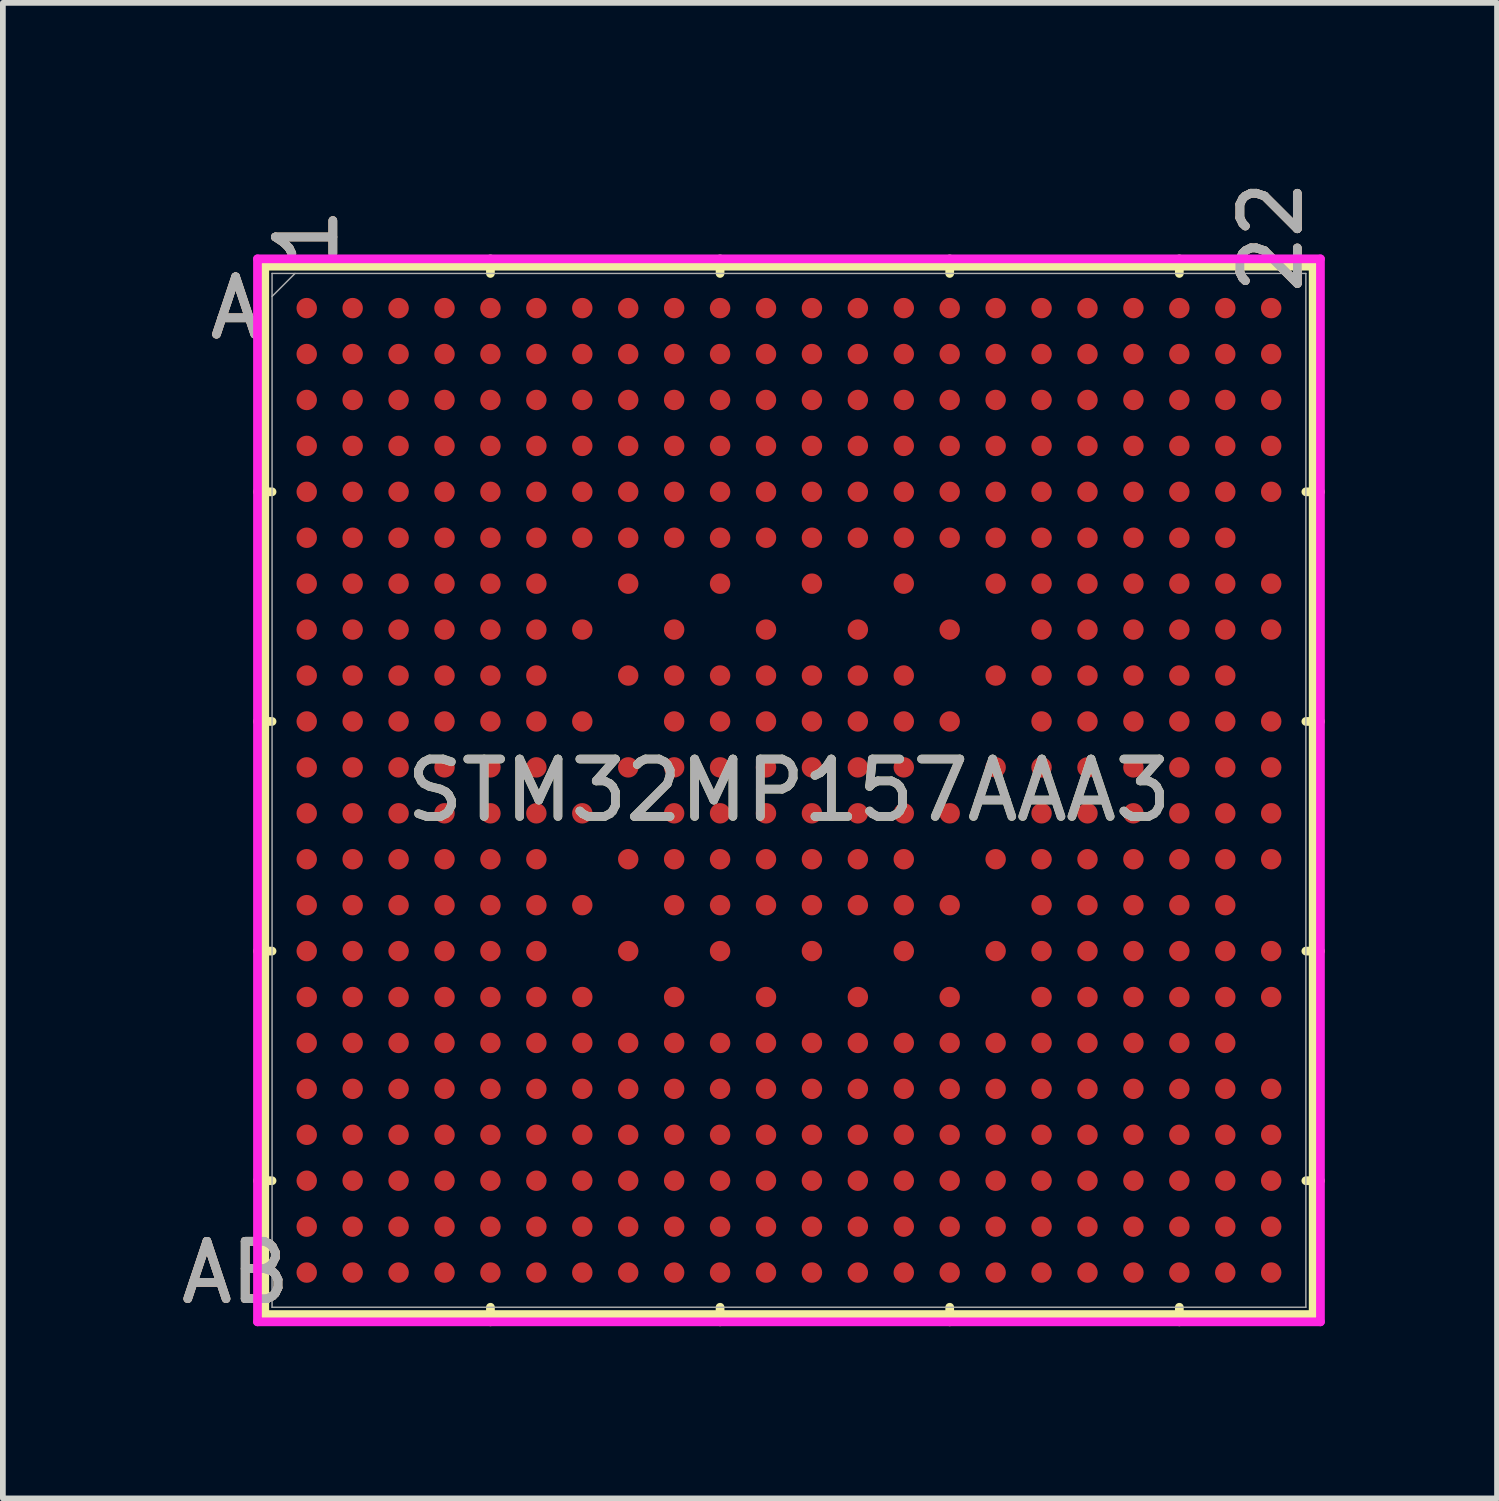
<source format=kicad_pcb>
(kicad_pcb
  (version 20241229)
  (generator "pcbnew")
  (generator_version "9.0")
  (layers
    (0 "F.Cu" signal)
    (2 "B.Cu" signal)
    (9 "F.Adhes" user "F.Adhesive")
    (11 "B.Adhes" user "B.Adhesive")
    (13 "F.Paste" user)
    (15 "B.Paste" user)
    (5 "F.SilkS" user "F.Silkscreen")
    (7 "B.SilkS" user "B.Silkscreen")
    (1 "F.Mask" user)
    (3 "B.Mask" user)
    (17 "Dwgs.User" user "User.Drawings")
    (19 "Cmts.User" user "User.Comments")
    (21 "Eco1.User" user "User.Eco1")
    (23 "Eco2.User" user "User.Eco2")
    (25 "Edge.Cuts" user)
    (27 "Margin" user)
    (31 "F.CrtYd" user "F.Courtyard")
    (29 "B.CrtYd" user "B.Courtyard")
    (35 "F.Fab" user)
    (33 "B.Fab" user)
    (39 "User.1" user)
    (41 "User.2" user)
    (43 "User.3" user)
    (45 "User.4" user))
  (footprint "STM32MP157AAA3"
    (layer "F.Cu")
    (at 10.693 10.717)
    (property "Reference" "STM32MP157AAA3" (at 0 0 0) (unlocked yes) (layer "F.SilkS") (effects (font (size 1 1) (thickness 0.15))))
    (attr smd)
    (fp_line (start -9.131 -9.131) (end -9.131 9.131) (stroke (width 0.152) (type solid)) (layer "F.SilkS"))
    (fp_line (start -9.131 9.131) (end 9.131 9.131) (stroke (width 0.152) (type solid)) (layer "F.SilkS"))
    (fp_line (start -9.004 -5.2) (end -9.258 -5.2) (stroke (width 0.152) (type solid)) (layer "F.SilkS"))
    (fp_line (start -9.004 -1.2) (end -9.258 -1.2) (stroke (width 0.152) (type solid)) (layer "F.SilkS"))
    (fp_line (start -9.004 2.8) (end -9.258 2.8) (stroke (width 0.152) (type solid)) (layer "F.SilkS"))
    (fp_line (start -9.004 6.8) (end -9.258 6.8) (stroke (width 0.152) (type solid)) (layer "F.SilkS"))
    (fp_line (start -5.2 -9.004) (end -5.2 -9.258) (stroke (width 0.152) (type solid)) (layer "F.SilkS"))
    (fp_line (start -5.2 9.004) (end -5.2 9.258) (stroke (width 0.152) (type solid)) (layer "F.SilkS"))
    (fp_line (start -1.2 -9.004) (end -1.2 -9.258) (stroke (width 0.152) (type solid)) (layer "F.SilkS"))
    (fp_line (start -1.2 9.004) (end -1.2 9.258) (stroke (width 0.152) (type solid)) (layer "F.SilkS"))
    (fp_line (start 2.8 -9.004) (end 2.8 -9.258) (stroke (width 0.152) (type solid)) (layer "F.SilkS"))
    (fp_line (start 2.8 9.004) (end 2.8 9.258) (stroke (width 0.152) (type solid)) (layer "F.SilkS"))
    (fp_line (start 6.8 -9.004) (end 6.8 -9.258) (stroke (width 0.152) (type solid)) (layer "F.SilkS"))
    (fp_line (start 6.8 9.004) (end 6.8 9.258) (stroke (width 0.152) (type solid)) (layer "F.SilkS"))
    (fp_line (start 9.004 -5.2) (end 9.258 -5.2) (stroke (width 0.152) (type solid)) (layer "F.SilkS"))
    (fp_line (start 9.004 -1.2) (end 9.258 -1.2) (stroke (width 0.152) (type solid)) (layer "F.SilkS"))
    (fp_line (start 9.004 2.8) (end 9.258 2.8) (stroke (width 0.152) (type solid)) (layer "F.SilkS"))
    (fp_line (start 9.004 6.8) (end 9.258 6.8) (stroke (width 0.152) (type solid)) (layer "F.SilkS"))
    (fp_line (start 9.131 -9.131) (end -9.131 -9.131) (stroke (width 0.152) (type solid)) (layer "F.SilkS"))
    (fp_line (start 9.131 9.131) (end 9.131 -9.131) (stroke (width 0.152) (type solid)) (layer "F.SilkS"))
    (fp_poly (pts (xy -9.244 -9.244) (xy 9.244 -9.244) (xy 9.244 9.244) (xy -9.244 9.244)) (stroke (width 0.1) (type solid)) (fill no) (layer "Eco2.User"))
    (fp_line (start -9.258 -9.258) (end 9.258 -9.258) (stroke (width 0.152) (type solid)) (layer "F.CrtYd"))
    (fp_line (start -9.258 9.258) (end -9.258 -9.258) (stroke (width 0.152) (type solid)) (layer "F.CrtYd"))
    (fp_line (start 9.258 -9.258) (end 9.258 9.258) (stroke (width 0.152) (type solid)) (layer "F.CrtYd"))
    (fp_line (start 9.258 9.258) (end -9.258 9.258) (stroke (width 0.152) (type solid)) (layer "F.CrtYd"))
    (fp_line (start -9.004 -9.004) (end -9.004 9.004) (stroke (width 0.025) (type solid)) (layer "F.Fab"))
    (fp_line (start -9.004 9.004) (end 9.004 9.004) (stroke (width 0.025) (type solid)) (layer "F.Fab"))
    (fp_line (start -8.604 -9.004) (end -9.004 -8.604) (stroke (width 0.025) (type solid)) (layer "F.Fab"))
    (fp_line (start 9.004 -9.004) (end -9.004 -9.004) (stroke (width 0.025) (type solid)) (layer "F.Fab"))
    (fp_line (start 9.004 9.004) (end 9.004 -9.004) (stroke (width 0.025) (type solid)) (layer "F.Fab"))
    (fp_text user "AB" (at -9.639 8.4 0) (unlocked yes) (layer "F.SilkS") (effects (font (size 1 1) (thickness 0.15))))
    (fp_text user "22" (at 8.4 -9.639 90) (unlocked yes) (layer "F.SilkS") (effects (font (size 1 1) (thickness 0.15))))
    (fp_text user "1" (at -8.4 -9.639 90) (unlocked yes) (layer "F.SilkS") (effects (font (size 1 1) (thickness 0.15))))
    (fp_text user "A" (at -9.639 -8.4 0) (unlocked yes) (layer "F.SilkS") (effects (font (size 1 1) (thickness 0.15))))
    (fp_text user "AB" (at -9.639 8.4 0) (unlocked yes) (layer "B.SilkS") (effects (font (size 1 1) (thickness 0.15))))
    (fp_text user "A" (at -9.639 -8.4 0) (unlocked yes) (layer "B.SilkS") (effects (font (size 1 1) (thickness 0.15))))
    (fp_text user "1" (at -8.4 -9.639 90) (unlocked yes) (layer "B.SilkS") (effects (font (size 1 1) (thickness 0.15))))
    (fp_text user "22" (at 8.4 -9.639 90) (unlocked yes) (layer "B.SilkS") (effects (font (size 1 1) (thickness 0.15))))
    (fp_text user "22" (at 8.4 -9.639 90) (unlocked yes) (layer "F.Fab") (effects (font (size 1 1) (thickness 0.15))))
    (fp_text user "A" (at -9.639 -8.4 0) (unlocked yes) (layer "F.Fab") (effects (font (size 1 1) (thickness 0.15))))
    (fp_text user "${REFERENCE}" (at 0 0 0) (unlocked yes) (layer "F.Fab") (effects (font (size 1 1) (thickness 0.15))))
    (fp_text user "1" (at -8.4 -9.639 90) (unlocked yes) (layer "F.Fab") (effects (font (size 1 1) (thickness 0.15))))
    (fp_text user "AB" (at -9.639 8.4 0) (unlocked yes) (layer "F.Fab") (effects (font (size 1 1) (thickness 0.15))))
    (pad "A1" smd circle (at -8.4 -8.4) (size 0.356 0.356) (layers "F.Cu" "F.Mask" "F.Paste"))
    (pad "A2" smd circle (at -7.6 -8.4) (size 0.356 0.356) (layers "F.Cu" "F.Mask" "F.Paste"))
    (pad "A3" smd circle (at -6.8 -8.4) (size 0.356 0.356) (layers "F.Cu" "F.Mask" "F.Paste"))
    (pad "A4" smd circle (at -6 -8.4) (size 0.356 0.356) (layers "F.Cu" "F.Mask" "F.Paste"))
    (pad "A5" smd circle (at -5.2 -8.4) (size 0.356 0.356) (layers "F.Cu" "F.Mask" "F.Paste"))
    (pad "A6" smd circle (at -4.4 -8.4) (size 0.356 0.356) (layers "F.Cu" "F.Mask" "F.Paste"))
    (pad "A7" smd circle (at -3.6 -8.4) (size 0.356 0.356) (layers "F.Cu" "F.Mask" "F.Paste"))
    (pad "A8" smd circle (at -2.8 -8.4) (size 0.356 0.356) (layers "F.Cu" "F.Mask" "F.Paste"))
    (pad "A9" smd circle (at -2 -8.4) (size 0.356 0.356) (layers "F.Cu" "F.Mask" "F.Paste"))
    (pad "A10" smd circle (at -1.2 -8.4) (size 0.356 0.356) (layers "F.Cu" "F.Mask" "F.Paste"))
    (pad "A11" smd circle (at -0.4 -8.4) (size 0.356 0.356) (layers "F.Cu" "F.Mask" "F.Paste"))
    (pad "A12" smd circle (at 0.4 -8.4) (size 0.356 0.356) (layers "F.Cu" "F.Mask" "F.Paste"))
    (pad "A13" smd circle (at 1.2 -8.4) (size 0.356 0.356) (layers "F.Cu" "F.Mask" "F.Paste"))
    (pad "A14" smd circle (at 2 -8.4) (size 0.356 0.356) (layers "F.Cu" "F.Mask" "F.Paste"))
    (pad "A15" smd circle (at 2.8 -8.4) (size 0.356 0.356) (layers "F.Cu" "F.Mask" "F.Paste"))
    (pad "A16" smd circle (at 3.6 -8.4) (size 0.356 0.356) (layers "F.Cu" "F.Mask" "F.Paste"))
    (pad "A17" smd circle (at 4.4 -8.4) (size 0.356 0.356) (layers "F.Cu" "F.Mask" "F.Paste"))
    (pad "A18" smd circle (at 5.2 -8.4) (size 0.356 0.356) (layers "F.Cu" "F.Mask" "F.Paste"))
    (pad "A19" smd circle (at 6 -8.4) (size 0.356 0.356) (layers "F.Cu" "F.Mask" "F.Paste"))
    (pad "A20" smd circle (at 6.8 -8.4) (size 0.356 0.356) (layers "F.Cu" "F.Mask" "F.Paste"))
    (pad "A21" smd circle (at 7.6 -8.4) (size 0.356 0.356) (layers "F.Cu" "F.Mask" "F.Paste"))
    (pad "A22" smd circle (at 8.4 -8.4) (size 0.356 0.356) (layers "F.Cu" "F.Mask" "F.Paste"))
    (pad "AA1" smd circle (at -8.4 7.6) (size 0.356 0.356) (layers "F.Cu" "F.Mask" "F.Paste"))
    (pad "AA2" smd circle (at -7.6 7.6) (size 0.356 0.356) (layers "F.Cu" "F.Mask" "F.Paste"))
    (pad "AA3" smd circle (at -6.8 7.6) (size 0.356 0.356) (layers "F.Cu" "F.Mask" "F.Paste"))
    (pad "AA4" smd circle (at -6 7.6) (size 0.356 0.356) (layers "F.Cu" "F.Mask" "F.Paste"))
    (pad "AA5" smd circle (at -5.2 7.6) (size 0.356 0.356) (layers "F.Cu" "F.Mask" "F.Paste"))
    (pad "AA6" smd circle (at -4.4 7.6) (size 0.356 0.356) (layers "F.Cu" "F.Mask" "F.Paste"))
    (pad "AA7" smd circle (at -3.6 7.6) (size 0.356 0.356) (layers "F.Cu" "F.Mask" "F.Paste"))
    (pad "AA8" smd circle (at -2.8 7.6) (size 0.356 0.356) (layers "F.Cu" "F.Mask" "F.Paste"))
    (pad "AA9" smd circle (at -2 7.6) (size 0.356 0.356) (layers "F.Cu" "F.Mask" "F.Paste"))
    (pad "AA10" smd circle (at -1.2 7.6) (size 0.356 0.356) (layers "F.Cu" "F.Mask" "F.Paste"))
    (pad "AA11" smd circle (at -0.4 7.6) (size 0.356 0.356) (layers "F.Cu" "F.Mask" "F.Paste"))
    (pad "AA12" smd circle (at 0.4 7.6) (size 0.356 0.356) (layers "F.Cu" "F.Mask" "F.Paste"))
    (pad "AA13" smd circle (at 1.2 7.6) (size 0.356 0.356) (layers "F.Cu" "F.Mask" "F.Paste"))
    (pad "AA14" smd circle (at 2 7.6) (size 0.356 0.356) (layers "F.Cu" "F.Mask" "F.Paste"))
    (pad "AA15" smd circle (at 2.8 7.6) (size 0.356 0.356) (layers "F.Cu" "F.Mask" "F.Paste"))
    (pad "AA16" smd circle (at 3.6 7.6) (size 0.356 0.356) (layers "F.Cu" "F.Mask" "F.Paste"))
    (pad "AA17" smd circle (at 4.4 7.6) (size 0.356 0.356) (layers "F.Cu" "F.Mask" "F.Paste"))
    (pad "AA18" smd circle (at 5.2 7.6) (size 0.356 0.356) (layers "F.Cu" "F.Mask" "F.Paste"))
    (pad "AA19" smd circle (at 6 7.6) (size 0.356 0.356) (layers "F.Cu" "F.Mask" "F.Paste"))
    (pad "AA20" smd circle (at 6.8 7.6) (size 0.356 0.356) (layers "F.Cu" "F.Mask" "F.Paste"))
    (pad "AA21" smd circle (at 7.6 7.6) (size 0.356 0.356) (layers "F.Cu" "F.Mask" "F.Paste"))
    (pad "AA22" smd circle (at 8.4 7.6) (size 0.356 0.356) (layers "F.Cu" "F.Mask" "F.Paste"))
    (pad "AB1" smd circle (at -8.4 8.4) (size 0.356 0.356) (layers "F.Cu" "F.Mask" "F.Paste"))
    (pad "AB2" smd circle (at -7.6 8.4) (size 0.356 0.356) (layers "F.Cu" "F.Mask" "F.Paste"))
    (pad "AB3" smd circle (at -6.8 8.4) (size 0.356 0.356) (layers "F.Cu" "F.Mask" "F.Paste"))
    (pad "AB4" smd circle (at -6 8.4) (size 0.356 0.356) (layers "F.Cu" "F.Mask" "F.Paste"))
    (pad "AB5" smd circle (at -5.2 8.4) (size 0.356 0.356) (layers "F.Cu" "F.Mask" "F.Paste"))
    (pad "AB6" smd circle (at -4.4 8.4) (size 0.356 0.356) (layers "F.Cu" "F.Mask" "F.Paste"))
    (pad "AB7" smd circle (at -3.6 8.4) (size 0.356 0.356) (layers "F.Cu" "F.Mask" "F.Paste"))
    (pad "AB8" smd circle (at -2.8 8.4) (size 0.356 0.356) (layers "F.Cu" "F.Mask" "F.Paste"))
    (pad "AB9" smd circle (at -2 8.4) (size 0.356 0.356) (layers "F.Cu" "F.Mask" "F.Paste"))
    (pad "AB10" smd circle (at -1.2 8.4) (size 0.356 0.356) (layers "F.Cu" "F.Mask" "F.Paste"))
    (pad "AB11" smd circle (at -0.4 8.4) (size 0.356 0.356) (layers "F.Cu" "F.Mask" "F.Paste"))
    (pad "AB12" smd circle (at 0.4 8.4) (size 0.356 0.356) (layers "F.Cu" "F.Mask" "F.Paste"))
    (pad "AB13" smd circle (at 1.2 8.4) (size 0.356 0.356) (layers "F.Cu" "F.Mask" "F.Paste"))
    (pad "AB14" smd circle (at 2 8.4) (size 0.356 0.356) (layers "F.Cu" "F.Mask" "F.Paste"))
    (pad "AB15" smd circle (at 2.8 8.4) (size 0.356 0.356) (layers "F.Cu" "F.Mask" "F.Paste"))
    (pad "AB16" smd circle (at 3.6 8.4) (size 0.356 0.356) (layers "F.Cu" "F.Mask" "F.Paste"))
    (pad "AB17" smd circle (at 4.4 8.4) (size 0.356 0.356) (layers "F.Cu" "F.Mask" "F.Paste"))
    (pad "AB18" smd circle (at 5.2 8.4) (size 0.356 0.356) (layers "F.Cu" "F.Mask" "F.Paste"))
    (pad "AB19" smd circle (at 6 8.4) (size 0.356 0.356) (layers "F.Cu" "F.Mask" "F.Paste"))
    (pad "AB20" smd circle (at 6.8 8.4) (size 0.356 0.356) (layers "F.Cu" "F.Mask" "F.Paste"))
    (pad "AB21" smd circle (at 7.6 8.4) (size 0.356 0.356) (layers "F.Cu" "F.Mask" "F.Paste"))
    (pad "AB22" smd circle (at 8.4 8.4) (size 0.356 0.356) (layers "F.Cu" "F.Mask" "F.Paste"))
    (pad "B1" smd circle (at -8.4 -7.6) (size 0.356 0.356) (layers "F.Cu" "F.Mask" "F.Paste"))
    (pad "B2" smd circle (at -7.6 -7.6) (size 0.356 0.356) (layers "F.Cu" "F.Mask" "F.Paste"))
    (pad "B3" smd circle (at -6.8 -7.6) (size 0.356 0.356) (layers "F.Cu" "F.Mask" "F.Paste"))
    (pad "B4" smd circle (at -6 -7.6) (size 0.356 0.356) (layers "F.Cu" "F.Mask" "F.Paste"))
    (pad "B5" smd circle (at -5.2 -7.6) (size 0.356 0.356) (layers "F.Cu" "F.Mask" "F.Paste"))
    (pad "B6" smd circle (at -4.4 -7.6) (size 0.356 0.356) (layers "F.Cu" "F.Mask" "F.Paste"))
    (pad "B7" smd circle (at -3.6 -7.6) (size 0.356 0.356) (layers "F.Cu" "F.Mask" "F.Paste"))
    (pad "B8" smd circle (at -2.8 -7.6) (size 0.356 0.356) (layers "F.Cu" "F.Mask" "F.Paste"))
    (pad "B9" smd circle (at -2 -7.6) (size 0.356 0.356) (layers "F.Cu" "F.Mask" "F.Paste"))
    (pad "B10" smd circle (at -1.2 -7.6) (size 0.356 0.356) (layers "F.Cu" "F.Mask" "F.Paste"))
    (pad "B11" smd circle (at -0.4 -7.6) (size 0.356 0.356) (layers "F.Cu" "F.Mask" "F.Paste"))
    (pad "B12" smd circle (at 0.4 -7.6) (size 0.356 0.356) (layers "F.Cu" "F.Mask" "F.Paste"))
    (pad "B13" smd circle (at 1.2 -7.6) (size 0.356 0.356) (layers "F.Cu" "F.Mask" "F.Paste"))
    (pad "B14" smd circle (at 2 -7.6) (size 0.356 0.356) (layers "F.Cu" "F.Mask" "F.Paste"))
    (pad "B15" smd circle (at 2.8 -7.6) (size 0.356 0.356) (layers "F.Cu" "F.Mask" "F.Paste"))
    (pad "B16" smd circle (at 3.6 -7.6) (size 0.356 0.356) (layers "F.Cu" "F.Mask" "F.Paste"))
    (pad "B17" smd circle (at 4.4 -7.6) (size 0.356 0.356) (layers "F.Cu" "F.Mask" "F.Paste"))
    (pad "B18" smd circle (at 5.2 -7.6) (size 0.356 0.356) (layers "F.Cu" "F.Mask" "F.Paste"))
    (pad "B19" smd circle (at 6 -7.6) (size 0.356 0.356) (layers "F.Cu" "F.Mask" "F.Paste"))
    (pad "B20" smd circle (at 6.8 -7.6) (size 0.356 0.356) (layers "F.Cu" "F.Mask" "F.Paste"))
    (pad "B21" smd circle (at 7.6 -7.6) (size 0.356 0.356) (layers "F.Cu" "F.Mask" "F.Paste"))
    (pad "B22" smd circle (at 8.4 -7.6) (size 0.356 0.356) (layers "F.Cu" "F.Mask" "F.Paste"))
    (pad "C1" smd circle (at -8.4 -6.8) (size 0.356 0.356) (layers "F.Cu" "F.Mask" "F.Paste"))
    (pad "C2" smd circle (at -7.6 -6.8) (size 0.356 0.356) (layers "F.Cu" "F.Mask" "F.Paste"))
    (pad "C3" smd circle (at -6.8 -6.8) (size 0.356 0.356) (layers "F.Cu" "F.Mask" "F.Paste"))
    (pad "C4" smd circle (at -6 -6.8) (size 0.356 0.356) (layers "F.Cu" "F.Mask" "F.Paste"))
    (pad "C5" smd circle (at -5.2 -6.8) (size 0.356 0.356) (layers "F.Cu" "F.Mask" "F.Paste"))
    (pad "C6" smd circle (at -4.4 -6.8) (size 0.356 0.356) (layers "F.Cu" "F.Mask" "F.Paste"))
    (pad "C7" smd circle (at -3.6 -6.8) (size 0.356 0.356) (layers "F.Cu" "F.Mask" "F.Paste"))
    (pad "C8" smd circle (at -2.8 -6.8) (size 0.356 0.356) (layers "F.Cu" "F.Mask" "F.Paste"))
    (pad "C9" smd circle (at -2 -6.8) (size 0.356 0.356) (layers "F.Cu" "F.Mask" "F.Paste"))
    (pad "C10" smd circle (at -1.2 -6.8) (size 0.356 0.356) (layers "F.Cu" "F.Mask" "F.Paste"))
    (pad "C11" smd circle (at -0.4 -6.8) (size 0.356 0.356) (layers "F.Cu" "F.Mask" "F.Paste"))
    (pad "C12" smd circle (at 0.4 -6.8) (size 0.356 0.356) (layers "F.Cu" "F.Mask" "F.Paste"))
    (pad "C13" smd circle (at 1.2 -6.8) (size 0.356 0.356) (layers "F.Cu" "F.Mask" "F.Paste"))
    (pad "C14" smd circle (at 2 -6.8) (size 0.356 0.356) (layers "F.Cu" "F.Mask" "F.Paste"))
    (pad "C15" smd circle (at 2.8 -6.8) (size 0.356 0.356) (layers "F.Cu" "F.Mask" "F.Paste"))
    (pad "C16" smd circle (at 3.6 -6.8) (size 0.356 0.356) (layers "F.Cu" "F.Mask" "F.Paste"))
    (pad "C17" smd circle (at 4.4 -6.8) (size 0.356 0.356) (layers "F.Cu" "F.Mask" "F.Paste"))
    (pad "C18" smd circle (at 5.2 -6.8) (size 0.356 0.356) (layers "F.Cu" "F.Mask" "F.Paste"))
    (pad "C19" smd circle (at 6 -6.8) (size 0.356 0.356) (layers "F.Cu" "F.Mask" "F.Paste"))
    (pad "C20" smd circle (at 6.8 -6.8) (size 0.356 0.356) (layers "F.Cu" "F.Mask" "F.Paste"))
    (pad "C21" smd circle (at 7.6 -6.8) (size 0.356 0.356) (layers "F.Cu" "F.Mask" "F.Paste"))
    (pad "C22" smd circle (at 8.4 -6.8) (size 0.356 0.356) (layers "F.Cu" "F.Mask" "F.Paste"))
    (pad "D1" smd circle (at -8.4 -6) (size 0.356 0.356) (layers "F.Cu" "F.Mask" "F.Paste"))
    (pad "D2" smd circle (at -7.6 -6) (size 0.356 0.356) (layers "F.Cu" "F.Mask" "F.Paste"))
    (pad "D3" smd circle (at -6.8 -6) (size 0.356 0.356) (layers "F.Cu" "F.Mask" "F.Paste"))
    (pad "D4" smd circle (at -6 -6) (size 0.356 0.356) (layers "F.Cu" "F.Mask" "F.Paste"))
    (pad "D5" smd circle (at -5.2 -6) (size 0.356 0.356) (layers "F.Cu" "F.Mask" "F.Paste"))
    (pad "D6" smd circle (at -4.4 -6) (size 0.356 0.356) (layers "F.Cu" "F.Mask" "F.Paste"))
    (pad "D7" smd circle (at -3.6 -6) (size 0.356 0.356) (layers "F.Cu" "F.Mask" "F.Paste"))
    (pad "D8" smd circle (at -2.8 -6) (size 0.356 0.356) (layers "F.Cu" "F.Mask" "F.Paste"))
    (pad "D9" smd circle (at -2 -6) (size 0.356 0.356) (layers "F.Cu" "F.Mask" "F.Paste"))
    (pad "D10" smd circle (at -1.2 -6) (size 0.356 0.356) (layers "F.Cu" "F.Mask" "F.Paste"))
    (pad "D11" smd circle (at -0.4 -6) (size 0.356 0.356) (layers "F.Cu" "F.Mask" "F.Paste"))
    (pad "D12" smd circle (at 0.4 -6) (size 0.356 0.356) (layers "F.Cu" "F.Mask" "F.Paste"))
    (pad "D13" smd circle (at 1.2 -6) (size 0.356 0.356) (layers "F.Cu" "F.Mask" "F.Paste"))
    (pad "D14" smd circle (at 2 -6) (size 0.356 0.356) (layers "F.Cu" "F.Mask" "F.Paste"))
    (pad "D15" smd circle (at 2.8 -6) (size 0.356 0.356) (layers "F.Cu" "F.Mask" "F.Paste"))
    (pad "D16" smd circle (at 3.6 -6) (size 0.356 0.356) (layers "F.Cu" "F.Mask" "F.Paste"))
    (pad "D17" smd circle (at 4.4 -6) (size 0.356 0.356) (layers "F.Cu" "F.Mask" "F.Paste"))
    (pad "D18" smd circle (at 5.2 -6) (size 0.356 0.356) (layers "F.Cu" "F.Mask" "F.Paste"))
    (pad "D19" smd circle (at 6 -6) (size 0.356 0.356) (layers "F.Cu" "F.Mask" "F.Paste"))
    (pad "D20" smd circle (at 6.8 -6) (size 0.356 0.356) (layers "F.Cu" "F.Mask" "F.Paste"))
    (pad "D21" smd circle (at 7.6 -6) (size 0.356 0.356) (layers "F.Cu" "F.Mask" "F.Paste"))
    (pad "D22" smd circle (at 8.4 -6) (size 0.356 0.356) (layers "F.Cu" "F.Mask" "F.Paste"))
    (pad "E1" smd circle (at -8.4 -5.2) (size 0.356 0.356) (layers "F.Cu" "F.Mask" "F.Paste"))
    (pad "E2" smd circle (at -7.6 -5.2) (size 0.356 0.356) (layers "F.Cu" "F.Mask" "F.Paste"))
    (pad "E3" smd circle (at -6.8 -5.2) (size 0.356 0.356) (layers "F.Cu" "F.Mask" "F.Paste"))
    (pad "E4" smd circle (at -6 -5.2) (size 0.356 0.356) (layers "F.Cu" "F.Mask" "F.Paste"))
    (pad "E5" smd circle (at -5.2 -5.2) (size 0.356 0.356) (layers "F.Cu" "F.Mask" "F.Paste"))
    (pad "E6" smd circle (at -4.4 -5.2) (size 0.356 0.356) (layers "F.Cu" "F.Mask" "F.Paste"))
    (pad "E7" smd circle (at -3.6 -5.2) (size 0.356 0.356) (layers "F.Cu" "F.Mask" "F.Paste"))
    (pad "E8" smd circle (at -2.8 -5.2) (size 0.356 0.356) (layers "F.Cu" "F.Mask" "F.Paste"))
    (pad "E9" smd circle (at -2 -5.2) (size 0.356 0.356) (layers "F.Cu" "F.Mask" "F.Paste"))
    (pad "E10" smd circle (at -1.2 -5.2) (size 0.356 0.356) (layers "F.Cu" "F.Mask" "F.Paste"))
    (pad "E11" smd circle (at -0.4 -5.2) (size 0.356 0.356) (layers "F.Cu" "F.Mask" "F.Paste"))
    (pad "E12" smd circle (at 0.4 -5.2) (size 0.356 0.356) (layers "F.Cu" "F.Mask" "F.Paste"))
    (pad "E13" smd circle (at 1.2 -5.2) (size 0.356 0.356) (layers "F.Cu" "F.Mask" "F.Paste"))
    (pad "E14" smd circle (at 2 -5.2) (size 0.356 0.356) (layers "F.Cu" "F.Mask" "F.Paste"))
    (pad "E15" smd circle (at 2.8 -5.2) (size 0.356 0.356) (layers "F.Cu" "F.Mask" "F.Paste"))
    (pad "E16" smd circle (at 3.6 -5.2) (size 0.356 0.356) (layers "F.Cu" "F.Mask" "F.Paste"))
    (pad "E17" smd circle (at 4.4 -5.2) (size 0.356 0.356) (layers "F.Cu" "F.Mask" "F.Paste"))
    (pad "E18" smd circle (at 5.2 -5.2) (size 0.356 0.356) (layers "F.Cu" "F.Mask" "F.Paste"))
    (pad "E19" smd circle (at 6 -5.2) (size 0.356 0.356) (layers "F.Cu" "F.Mask" "F.Paste"))
    (pad "E20" smd circle (at 6.8 -5.2) (size 0.356 0.356) (layers "F.Cu" "F.Mask" "F.Paste"))
    (pad "E21" smd circle (at 7.6 -5.2) (size 0.356 0.356) (layers "F.Cu" "F.Mask" "F.Paste"))
    (pad "E22" smd circle (at 8.4 -5.2) (size 0.356 0.356) (layers "F.Cu" "F.Mask" "F.Paste"))
    (pad "F1" smd circle (at -8.4 -4.4) (size 0.356 0.356) (layers "F.Cu" "F.Mask" "F.Paste"))
    (pad "F2" smd circle (at -7.6 -4.4) (size 0.356 0.356) (layers "F.Cu" "F.Mask" "F.Paste"))
    (pad "F3" smd circle (at -6.8 -4.4) (size 0.356 0.356) (layers "F.Cu" "F.Mask" "F.Paste"))
    (pad "F4" smd circle (at -6 -4.4) (size 0.356 0.356) (layers "F.Cu" "F.Mask" "F.Paste"))
    (pad "F5" smd circle (at -5.2 -4.4) (size 0.356 0.356) (layers "F.Cu" "F.Mask" "F.Paste"))
    (pad "F6" smd circle (at -4.4 -4.4) (size 0.356 0.356) (layers "F.Cu" "F.Mask" "F.Paste"))
    (pad "F7" smd circle (at -3.6 -4.4) (size 0.356 0.356) (layers "F.Cu" "F.Mask" "F.Paste"))
    (pad "F8" smd circle (at -2.8 -4.4) (size 0.356 0.356) (layers "F.Cu" "F.Mask" "F.Paste"))
    (pad "F9" smd circle (at -2 -4.4) (size 0.356 0.356) (layers "F.Cu" "F.Mask" "F.Paste"))
    (pad "F10" smd circle (at -1.2 -4.4) (size 0.356 0.356) (layers "F.Cu" "F.Mask" "F.Paste"))
    (pad "F11" smd circle (at -0.4 -4.4) (size 0.356 0.356) (layers "F.Cu" "F.Mask" "F.Paste"))
    (pad "F12" smd circle (at 0.4 -4.4) (size 0.356 0.356) (layers "F.Cu" "F.Mask" "F.Paste"))
    (pad "F13" smd circle (at 1.2 -4.4) (size 0.356 0.356) (layers "F.Cu" "F.Mask" "F.Paste"))
    (pad "F14" smd circle (at 2 -4.4) (size 0.356 0.356) (layers "F.Cu" "F.Mask" "F.Paste"))
    (pad "F15" smd circle (at 2.8 -4.4) (size 0.356 0.356) (layers "F.Cu" "F.Mask" "F.Paste"))
    (pad "F16" smd circle (at 3.6 -4.4) (size 0.356 0.356) (layers "F.Cu" "F.Mask" "F.Paste"))
    (pad "F17" smd circle (at 4.4 -4.4) (size 0.356 0.356) (layers "F.Cu" "F.Mask" "F.Paste"))
    (pad "F18" smd circle (at 5.2 -4.4) (size 0.356 0.356) (layers "F.Cu" "F.Mask" "F.Paste"))
    (pad "F19" smd circle (at 6 -4.4) (size 0.356 0.356) (layers "F.Cu" "F.Mask" "F.Paste"))
    (pad "F20" smd circle (at 6.8 -4.4) (size 0.356 0.356) (layers "F.Cu" "F.Mask" "F.Paste"))
    (pad "F21" smd circle (at 7.6 -4.4) (size 0.356 0.356) (layers "F.Cu" "F.Mask" "F.Paste"))
    (pad "G1" smd circle (at -8.4 -3.6) (size 0.356 0.356) (layers "F.Cu" "F.Mask" "F.Paste"))
    (pad "G2" smd circle (at -7.6 -3.6) (size 0.356 0.356) (layers "F.Cu" "F.Mask" "F.Paste"))
    (pad "G3" smd circle (at -6.8 -3.6) (size 0.356 0.356) (layers "F.Cu" "F.Mask" "F.Paste"))
    (pad "G4" smd circle (at -6 -3.6) (size 0.356 0.356) (layers "F.Cu" "F.Mask" "F.Paste"))
    (pad "G5" smd circle (at -5.2 -3.6) (size 0.356 0.356) (layers "F.Cu" "F.Mask" "F.Paste"))
    (pad "G6" smd circle (at -4.4 -3.6) (size 0.356 0.356) (layers "F.Cu" "F.Mask" "F.Paste"))
    (pad "G8" smd circle (at -2.8 -3.6) (size 0.356 0.356) (layers "F.Cu" "F.Mask" "F.Paste"))
    (pad "G10" smd circle (at -1.2 -3.6) (size 0.356 0.356) (layers "F.Cu" "F.Mask" "F.Paste"))
    (pad "G12" smd circle (at 0.4 -3.6) (size 0.356 0.356) (layers "F.Cu" "F.Mask" "F.Paste"))
    (pad "G14" smd circle (at 2 -3.6) (size 0.356 0.356) (layers "F.Cu" "F.Mask" "F.Paste"))
    (pad "G16" smd circle (at 3.6 -3.6) (size 0.356 0.356) (layers "F.Cu" "F.Mask" "F.Paste"))
    (pad "G17" smd circle (at 4.4 -3.6) (size 0.356 0.356) (layers "F.Cu" "F.Mask" "F.Paste"))
    (pad "G18" smd circle (at 5.2 -3.6) (size 0.356 0.356) (layers "F.Cu" "F.Mask" "F.Paste"))
    (pad "G19" smd circle (at 6 -3.6) (size 0.356 0.356) (layers "F.Cu" "F.Mask" "F.Paste"))
    (pad "G20" smd circle (at 6.8 -3.6) (size 0.356 0.356) (layers "F.Cu" "F.Mask" "F.Paste"))
    (pad "G21" smd circle (at 7.6 -3.6) (size 0.356 0.356) (layers "F.Cu" "F.Mask" "F.Paste"))
    (pad "G22" smd circle (at 8.4 -3.6) (size 0.356 0.356) (layers "F.Cu" "F.Mask" "F.Paste"))
    (pad "H1" smd circle (at -8.4 -2.8) (size 0.356 0.356) (layers "F.Cu" "F.Mask" "F.Paste"))
    (pad "H2" smd circle (at -7.6 -2.8) (size 0.356 0.356) (layers "F.Cu" "F.Mask" "F.Paste"))
    (pad "H3" smd circle (at -6.8 -2.8) (size 0.356 0.356) (layers "F.Cu" "F.Mask" "F.Paste"))
    (pad "H4" smd circle (at -6 -2.8) (size 0.356 0.356) (layers "F.Cu" "F.Mask" "F.Paste"))
    (pad "H5" smd circle (at -5.2 -2.8) (size 0.356 0.356) (layers "F.Cu" "F.Mask" "F.Paste"))
    (pad "H6" smd circle (at -4.4 -2.8) (size 0.356 0.356) (layers "F.Cu" "F.Mask" "F.Paste"))
    (pad "H7" smd circle (at -3.6 -2.8) (size 0.356 0.356) (layers "F.Cu" "F.Mask" "F.Paste"))
    (pad "H9" smd circle (at -2 -2.8) (size 0.356 0.356) (layers "F.Cu" "F.Mask" "F.Paste"))
    (pad "H11" smd circle (at -0.4 -2.8) (size 0.356 0.356) (layers "F.Cu" "F.Mask" "F.Paste"))
    (pad "H13" smd circle (at 1.2 -2.8) (size 0.356 0.356) (layers "F.Cu" "F.Mask" "F.Paste"))
    (pad "H15" smd circle (at 2.8 -2.8) (size 0.356 0.356) (layers "F.Cu" "F.Mask" "F.Paste"))
    (pad "H17" smd circle (at 4.4 -2.8) (size 0.356 0.356) (layers "F.Cu" "F.Mask" "F.Paste"))
    (pad "H18" smd circle (at 5.2 -2.8) (size 0.356 0.356) (layers "F.Cu" "F.Mask" "F.Paste"))
    (pad "H19" smd circle (at 6 -2.8) (size 0.356 0.356) (layers "F.Cu" "F.Mask" "F.Paste"))
    (pad "H20" smd circle (at 6.8 -2.8) (size 0.356 0.356) (layers "F.Cu" "F.Mask" "F.Paste"))
    (pad "H21" smd circle (at 7.6 -2.8) (size 0.356 0.356) (layers "F.Cu" "F.Mask" "F.Paste"))
    (pad "H22" smd circle (at 8.4 -2.8) (size 0.356 0.356) (layers "F.Cu" "F.Mask" "F.Paste"))
    (pad "J1" smd circle (at -8.4 -2) (size 0.356 0.356) (layers "F.Cu" "F.Mask" "F.Paste"))
    (pad "J2" smd circle (at -7.6 -2) (size 0.356 0.356) (layers "F.Cu" "F.Mask" "F.Paste"))
    (pad "J3" smd circle (at -6.8 -2) (size 0.356 0.356) (layers "F.Cu" "F.Mask" "F.Paste"))
    (pad "J4" smd circle (at -6 -2) (size 0.356 0.356) (layers "F.Cu" "F.Mask" "F.Paste"))
    (pad "J5" smd circle (at -5.2 -2) (size 0.356 0.356) (layers "F.Cu" "F.Mask" "F.Paste"))
    (pad "J6" smd circle (at -4.4 -2) (size 0.356 0.356) (layers "F.Cu" "F.Mask" "F.Paste"))
    (pad "J8" smd circle (at -2.8 -2) (size 0.356 0.356) (layers "F.Cu" "F.Mask" "F.Paste"))
    (pad "J9" smd circle (at -2 -2) (size 0.356 0.356) (layers "F.Cu" "F.Mask" "F.Paste"))
    (pad "J10" smd circle (at -1.2 -2) (size 0.356 0.356) (layers "F.Cu" "F.Mask" "F.Paste"))
    (pad "J11" smd circle (at -0.4 -2) (size 0.356 0.356) (layers "F.Cu" "F.Mask" "F.Paste"))
    (pad "J12" smd circle (at 0.4 -2) (size 0.356 0.356) (layers "F.Cu" "F.Mask" "F.Paste"))
    (pad "J13" smd circle (at 1.2 -2) (size 0.356 0.356) (layers "F.Cu" "F.Mask" "F.Paste"))
    (pad "J14" smd circle (at 2 -2) (size 0.356 0.356) (layers "F.Cu" "F.Mask" "F.Paste"))
    (pad "J16" smd circle (at 3.6 -2) (size 0.356 0.356) (layers "F.Cu" "F.Mask" "F.Paste"))
    (pad "J17" smd circle (at 4.4 -2) (size 0.356 0.356) (layers "F.Cu" "F.Mask" "F.Paste"))
    (pad "J18" smd circle (at 5.2 -2) (size 0.356 0.356) (layers "F.Cu" "F.Mask" "F.Paste"))
    (pad "J19" smd circle (at 6 -2) (size 0.356 0.356) (layers "F.Cu" "F.Mask" "F.Paste"))
    (pad "J20" smd circle (at 6.8 -2) (size 0.356 0.356) (layers "F.Cu" "F.Mask" "F.Paste"))
    (pad "J21" smd circle (at 7.6 -2) (size 0.356 0.356) (layers "F.Cu" "F.Mask" "F.Paste"))
    (pad "K1" smd circle (at -8.4 -1.2) (size 0.356 0.356) (layers "F.Cu" "F.Mask" "F.Paste"))
    (pad "K2" smd circle (at -7.6 -1.2) (size 0.356 0.356) (layers "F.Cu" "F.Mask" "F.Paste"))
    (pad "K3" smd circle (at -6.8 -1.2) (size 0.356 0.356) (layers "F.Cu" "F.Mask" "F.Paste"))
    (pad "K4" smd circle (at -6 -1.2) (size 0.356 0.356) (layers "F.Cu" "F.Mask" "F.Paste"))
    (pad "K5" smd circle (at -5.2 -1.2) (size 0.356 0.356) (layers "F.Cu" "F.Mask" "F.Paste"))
    (pad "K6" smd circle (at -4.4 -1.2) (size 0.356 0.356) (layers "F.Cu" "F.Mask" "F.Paste"))
    (pad "K7" smd circle (at -3.6 -1.2) (size 0.356 0.356) (layers "F.Cu" "F.Mask" "F.Paste"))
    (pad "K9" smd circle (at -2 -1.2) (size 0.356 0.356) (layers "F.Cu" "F.Mask" "F.Paste"))
    (pad "K10" smd circle (at -1.2 -1.2) (size 0.356 0.356) (layers "F.Cu" "F.Mask" "F.Paste"))
    (pad "K11" smd circle (at -0.4 -1.2) (size 0.356 0.356) (layers "F.Cu" "F.Mask" "F.Paste"))
    (pad "K12" smd circle (at 0.4 -1.2) (size 0.356 0.356) (layers "F.Cu" "F.Mask" "F.Paste"))
    (pad "K13" smd circle (at 1.2 -1.2) (size 0.356 0.356) (layers "F.Cu" "F.Mask" "F.Paste"))
    (pad "K14" smd circle (at 2 -1.2) (size 0.356 0.356) (layers "F.Cu" "F.Mask" "F.Paste"))
    (pad "K15" smd circle (at 2.8 -1.2) (size 0.356 0.356) (layers "F.Cu" "F.Mask" "F.Paste"))
    (pad "K17" smd circle (at 4.4 -1.2) (size 0.356 0.356) (layers "F.Cu" "F.Mask" "F.Paste"))
    (pad "K18" smd circle (at 5.2 -1.2) (size 0.356 0.356) (layers "F.Cu" "F.Mask" "F.Paste"))
    (pad "K19" smd circle (at 6 -1.2) (size 0.356 0.356) (layers "F.Cu" "F.Mask" "F.Paste"))
    (pad "K20" smd circle (at 6.8 -1.2) (size 0.356 0.356) (layers "F.Cu" "F.Mask" "F.Paste"))
    (pad "K21" smd circle (at 7.6 -1.2) (size 0.356 0.356) (layers "F.Cu" "F.Mask" "F.Paste"))
    (pad "K22" smd circle (at 8.4 -1.2) (size 0.356 0.356) (layers "F.Cu" "F.Mask" "F.Paste"))
    (pad "L1" smd circle (at -8.4 -0.4) (size 0.356 0.356) (layers "F.Cu" "F.Mask" "F.Paste"))
    (pad "L2" smd circle (at -7.6 -0.4) (size 0.356 0.356) (layers "F.Cu" "F.Mask" "F.Paste"))
    (pad "L3" smd circle (at -6.8 -0.4) (size 0.356 0.356) (layers "F.Cu" "F.Mask" "F.Paste"))
    (pad "L4" smd circle (at -6 -0.4) (size 0.356 0.356) (layers "F.Cu" "F.Mask" "F.Paste"))
    (pad "L5" smd circle (at -5.2 -0.4) (size 0.356 0.356) (layers "F.Cu" "F.Mask" "F.Paste"))
    (pad "L6" smd circle (at -4.4 -0.4) (size 0.356 0.356) (layers "F.Cu" "F.Mask" "F.Paste"))
    (pad "L8" smd circle (at -2.8 -0.4) (size 0.356 0.356) (layers "F.Cu" "F.Mask" "F.Paste"))
    (pad "L9" smd circle (at -2 -0.4) (size 0.356 0.356) (layers "F.Cu" "F.Mask" "F.Paste"))
    (pad "L10" smd circle (at -1.2 -0.4) (size 0.356 0.356) (layers "F.Cu" "F.Mask" "F.Paste"))
    (pad "L11" smd circle (at -0.4 -0.4) (size 0.356 0.356) (layers "F.Cu" "F.Mask" "F.Paste"))
    (pad "L12" smd circle (at 0.4 -0.4) (size 0.356 0.356) (layers "F.Cu" "F.Mask" "F.Paste"))
    (pad "L13" smd circle (at 1.2 -0.4) (size 0.356 0.356) (layers "F.Cu" "F.Mask" "F.Paste"))
    (pad "L14" smd circle (at 2 -0.4) (size 0.356 0.356) (layers "F.Cu" "F.Mask" "F.Paste"))
    (pad "L16" smd circle (at 3.6 -0.4) (size 0.356 0.356) (layers "F.Cu" "F.Mask" "F.Paste"))
    (pad "L17" smd circle (at 4.4 -0.4) (size 0.356 0.356) (layers "F.Cu" "F.Mask" "F.Paste"))
    (pad "L18" smd circle (at 5.2 -0.4) (size 0.356 0.356) (layers "F.Cu" "F.Mask" "F.Paste"))
    (pad "L19" smd circle (at 6 -0.4) (size 0.356 0.356) (layers "F.Cu" "F.Mask" "F.Paste"))
    (pad "L20" smd circle (at 6.8 -0.4) (size 0.356 0.356) (layers "F.Cu" "F.Mask" "F.Paste"))
    (pad "L21" smd circle (at 7.6 -0.4) (size 0.356 0.356) (layers "F.Cu" "F.Mask" "F.Paste"))
    (pad "L22" smd circle (at 8.4 -0.4) (size 0.356 0.356) (layers "F.Cu" "F.Mask" "F.Paste"))
    (pad "M1" smd circle (at -8.4 0.4) (size 0.356 0.356) (layers "F.Cu" "F.Mask" "F.Paste"))
    (pad "M2" smd circle (at -7.6 0.4) (size 0.356 0.356) (layers "F.Cu" "F.Mask" "F.Paste"))
    (pad "M3" smd circle (at -6.8 0.4) (size 0.356 0.356) (layers "F.Cu" "F.Mask" "F.Paste"))
    (pad "M4" smd circle (at -6 0.4) (size 0.356 0.356) (layers "F.Cu" "F.Mask" "F.Paste"))
    (pad "M5" smd circle (at -5.2 0.4) (size 0.356 0.356) (layers "F.Cu" "F.Mask" "F.Paste"))
    (pad "M6" smd circle (at -4.4 0.4) (size 0.356 0.356) (layers "F.Cu" "F.Mask" "F.Paste"))
    (pad "M7" smd circle (at -3.6 0.4) (size 0.356 0.356) (layers "F.Cu" "F.Mask" "F.Paste"))
    (pad "M9" smd circle (at -2 0.4) (size 0.356 0.356) (layers "F.Cu" "F.Mask" "F.Paste"))
    (pad "M10" smd circle (at -1.2 0.4) (size 0.356 0.356) (layers "F.Cu" "F.Mask" "F.Paste"))
    (pad "M11" smd circle (at -0.4 0.4) (size 0.356 0.356) (layers "F.Cu" "F.Mask" "F.Paste"))
    (pad "M12" smd circle (at 0.4 0.4) (size 0.356 0.356) (layers "F.Cu" "F.Mask" "F.Paste"))
    (pad "M13" smd circle (at 1.2 0.4) (size 0.356 0.356) (layers "F.Cu" "F.Mask" "F.Paste"))
    (pad "M14" smd circle (at 2 0.4) (size 0.356 0.356) (layers "F.Cu" "F.Mask" "F.Paste"))
    (pad "M15" smd circle (at 2.8 0.4) (size 0.356 0.356) (layers "F.Cu" "F.Mask" "F.Paste"))
    (pad "M17" smd circle (at 4.4 0.4) (size 0.356 0.356) (layers "F.Cu" "F.Mask" "F.Paste"))
    (pad "M18" smd circle (at 5.2 0.4) (size 0.356 0.356) (layers "F.Cu" "F.Mask" "F.Paste"))
    (pad "M19" smd circle (at 6 0.4) (size 0.356 0.356) (layers "F.Cu" "F.Mask" "F.Paste"))
    (pad "M20" smd circle (at 6.8 0.4) (size 0.356 0.356) (layers "F.Cu" "F.Mask" "F.Paste"))
    (pad "M21" smd circle (at 7.6 0.4) (size 0.356 0.356) (layers "F.Cu" "F.Mask" "F.Paste"))
    (pad "M22" smd circle (at 8.4 0.4) (size 0.356 0.356) (layers "F.Cu" "F.Mask" "F.Paste"))
    (pad "N1" smd circle (at -8.4 1.2) (size 0.356 0.356) (layers "F.Cu" "F.Mask" "F.Paste"))
    (pad "N2" smd circle (at -7.6 1.2) (size 0.356 0.356) (layers "F.Cu" "F.Mask" "F.Paste"))
    (pad "N3" smd circle (at -6.8 1.2) (size 0.356 0.356) (layers "F.Cu" "F.Mask" "F.Paste"))
    (pad "N4" smd circle (at -6 1.2) (size 0.356 0.356) (layers "F.Cu" "F.Mask" "F.Paste"))
    (pad "N5" smd circle (at -5.2 1.2) (size 0.356 0.356) (layers "F.Cu" "F.Mask" "F.Paste"))
    (pad "N6" smd circle (at -4.4 1.2) (size 0.356 0.356) (layers "F.Cu" "F.Mask" "F.Paste"))
    (pad "N8" smd circle (at -2.8 1.2) (size 0.356 0.356) (layers "F.Cu" "F.Mask" "F.Paste"))
    (pad "N9" smd circle (at -2 1.2) (size 0.356 0.356) (layers "F.Cu" "F.Mask" "F.Paste"))
    (pad "N10" smd circle (at -1.2 1.2) (size 0.356 0.356) (layers "F.Cu" "F.Mask" "F.Paste"))
    (pad "N11" smd circle (at -0.4 1.2) (size 0.356 0.356) (layers "F.Cu" "F.Mask" "F.Paste"))
    (pad "N12" smd circle (at 0.4 1.2) (size 0.356 0.356) (layers "F.Cu" "F.Mask" "F.Paste"))
    (pad "N13" smd circle (at 1.2 1.2) (size 0.356 0.356) (layers "F.Cu" "F.Mask" "F.Paste"))
    (pad "N14" smd circle (at 2 1.2) (size 0.356 0.356) (layers "F.Cu" "F.Mask" "F.Paste"))
    (pad "N16" smd circle (at 3.6 1.2) (size 0.356 0.356) (layers "F.Cu" "F.Mask" "F.Paste"))
    (pad "N17" smd circle (at 4.4 1.2) (size 0.356 0.356) (layers "F.Cu" "F.Mask" "F.Paste"))
    (pad "N18" smd circle (at 5.2 1.2) (size 0.356 0.356) (layers "F.Cu" "F.Mask" "F.Paste"))
    (pad "N19" smd circle (at 6 1.2) (size 0.356 0.356) (layers "F.Cu" "F.Mask" "F.Paste"))
    (pad "N20" smd circle (at 6.8 1.2) (size 0.356 0.356) (layers "F.Cu" "F.Mask" "F.Paste"))
    (pad "N21" smd circle (at 7.6 1.2) (size 0.356 0.356) (layers "F.Cu" "F.Mask" "F.Paste"))
    (pad "N22" smd circle (at 8.4 1.2) (size 0.356 0.356) (layers "F.Cu" "F.Mask" "F.Paste"))
    (pad "P1" smd circle (at -8.4 2) (size 0.356 0.356) (layers "F.Cu" "F.Mask" "F.Paste"))
    (pad "P2" smd circle (at -7.6 2) (size 0.356 0.356) (layers "F.Cu" "F.Mask" "F.Paste"))
    (pad "P3" smd circle (at -6.8 2) (size 0.356 0.356) (layers "F.Cu" "F.Mask" "F.Paste"))
    (pad "P4" smd circle (at -6 2) (size 0.356 0.356) (layers "F.Cu" "F.Mask" "F.Paste"))
    (pad "P5" smd circle (at -5.2 2) (size 0.356 0.356) (layers "F.Cu" "F.Mask" "F.Paste"))
    (pad "P6" smd circle (at -4.4 2) (size 0.356 0.356) (layers "F.Cu" "F.Mask" "F.Paste"))
    (pad "P7" smd circle (at -3.6 2) (size 0.356 0.356) (layers "F.Cu" "F.Mask" "F.Paste"))
    (pad "P9" smd circle (at -2 2) (size 0.356 0.356) (layers "F.Cu" "F.Mask" "F.Paste"))
    (pad "P10" smd circle (at -1.2 2) (size 0.356 0.356) (layers "F.Cu" "F.Mask" "F.Paste"))
    (pad "P11" smd circle (at -0.4 2) (size 0.356 0.356) (layers "F.Cu" "F.Mask" "F.Paste"))
    (pad "P12" smd circle (at 0.4 2) (size 0.356 0.356) (layers "F.Cu" "F.Mask" "F.Paste"))
    (pad "P13" smd circle (at 1.2 2) (size 0.356 0.356) (layers "F.Cu" "F.Mask" "F.Paste"))
    (pad "P14" smd circle (at 2 2) (size 0.356 0.356) (layers "F.Cu" "F.Mask" "F.Paste"))
    (pad "P15" smd circle (at 2.8 2) (size 0.356 0.356) (layers "F.Cu" "F.Mask" "F.Paste"))
    (pad "P17" smd circle (at 4.4 2) (size 0.356 0.356) (layers "F.Cu" "F.Mask" "F.Paste"))
    (pad "P18" smd circle (at 5.2 2) (size 0.356 0.356) (layers "F.Cu" "F.Mask" "F.Paste"))
    (pad "P19" smd circle (at 6 2) (size 0.356 0.356) (layers "F.Cu" "F.Mask" "F.Paste"))
    (pad "P20" smd circle (at 6.8 2) (size 0.356 0.356) (layers "F.Cu" "F.Mask" "F.Paste"))
    (pad "P21" smd circle (at 7.6 2) (size 0.356 0.356) (layers "F.Cu" "F.Mask" "F.Paste"))
    (pad "R1" smd circle (at -8.4 2.8) (size 0.356 0.356) (layers "F.Cu" "F.Mask" "F.Paste"))
    (pad "R2" smd circle (at -7.6 2.8) (size 0.356 0.356) (layers "F.Cu" "F.Mask" "F.Paste"))
    (pad "R3" smd circle (at -6.8 2.8) (size 0.356 0.356) (layers "F.Cu" "F.Mask" "F.Paste"))
    (pad "R4" smd circle (at -6 2.8) (size 0.356 0.356) (layers "F.Cu" "F.Mask" "F.Paste"))
    (pad "R5" smd circle (at -5.2 2.8) (size 0.356 0.356) (layers "F.Cu" "F.Mask" "F.Paste"))
    (pad "R6" smd circle (at -4.4 2.8) (size 0.356 0.356) (layers "F.Cu" "F.Mask" "F.Paste"))
    (pad "R8" smd circle (at -2.8 2.8) (size 0.356 0.356) (layers "F.Cu" "F.Mask" "F.Paste"))
    (pad "R10" smd circle (at -1.2 2.8) (size 0.356 0.356) (layers "F.Cu" "F.Mask" "F.Paste"))
    (pad "R12" smd circle (at 0.4 2.8) (size 0.356 0.356) (layers "F.Cu" "F.Mask" "F.Paste"))
    (pad "R14" smd circle (at 2 2.8) (size 0.356 0.356) (layers "F.Cu" "F.Mask" "F.Paste"))
    (pad "R16" smd circle (at 3.6 2.8) (size 0.356 0.356) (layers "F.Cu" "F.Mask" "F.Paste"))
    (pad "R17" smd circle (at 4.4 2.8) (size 0.356 0.356) (layers "F.Cu" "F.Mask" "F.Paste"))
    (pad "R18" smd circle (at 5.2 2.8) (size 0.356 0.356) (layers "F.Cu" "F.Mask" "F.Paste"))
    (pad "R19" smd circle (at 6 2.8) (size 0.356 0.356) (layers "F.Cu" "F.Mask" "F.Paste"))
    (pad "R20" smd circle (at 6.8 2.8) (size 0.356 0.356) (layers "F.Cu" "F.Mask" "F.Paste"))
    (pad "R21" smd circle (at 7.6 2.8) (size 0.356 0.356) (layers "F.Cu" "F.Mask" "F.Paste"))
    (pad "R22" smd circle (at 8.4 2.8) (size 0.356 0.356) (layers "F.Cu" "F.Mask" "F.Paste"))
    (pad "T1" smd circle (at -8.4 3.6) (size 0.356 0.356) (layers "F.Cu" "F.Mask" "F.Paste"))
    (pad "T2" smd circle (at -7.6 3.6) (size 0.356 0.356) (layers "F.Cu" "F.Mask" "F.Paste"))
    (pad "T3" smd circle (at -6.8 3.6) (size 0.356 0.356) (layers "F.Cu" "F.Mask" "F.Paste"))
    (pad "T4" smd circle (at -6 3.6) (size 0.356 0.356) (layers "F.Cu" "F.Mask" "F.Paste"))
    (pad "T5" smd circle (at -5.2 3.6) (size 0.356 0.356) (layers "F.Cu" "F.Mask" "F.Paste"))
    (pad "T6" smd circle (at -4.4 3.6) (size 0.356 0.356) (layers "F.Cu" "F.Mask" "F.Paste"))
    (pad "T7" smd circle (at -3.6 3.6) (size 0.356 0.356) (layers "F.Cu" "F.Mask" "F.Paste"))
    (pad "T9" smd circle (at -2 3.6) (size 0.356 0.356) (layers "F.Cu" "F.Mask" "F.Paste"))
    (pad "T11" smd circle (at -0.4 3.6) (size 0.356 0.356) (layers "F.Cu" "F.Mask" "F.Paste"))
    (pad "T13" smd circle (at 1.2 3.6) (size 0.356 0.356) (layers "F.Cu" "F.Mask" "F.Paste"))
    (pad "T15" smd circle (at 2.8 3.6) (size 0.356 0.356) (layers "F.Cu" "F.Mask" "F.Paste"))
    (pad "T17" smd circle (at 4.4 3.6) (size 0.356 0.356) (layers "F.Cu" "F.Mask" "F.Paste"))
    (pad "T18" smd circle (at 5.2 3.6) (size 0.356 0.356) (layers "F.Cu" "F.Mask" "F.Paste"))
    (pad "T19" smd circle (at 6 3.6) (size 0.356 0.356) (layers "F.Cu" "F.Mask" "F.Paste"))
    (pad "T20" smd circle (at 6.8 3.6) (size 0.356 0.356) (layers "F.Cu" "F.Mask" "F.Paste"))
    (pad "T21" smd circle (at 7.6 3.6) (size 0.356 0.356) (layers "F.Cu" "F.Mask" "F.Paste"))
    (pad "T22" smd circle (at 8.4 3.6) (size 0.356 0.356) (layers "F.Cu" "F.Mask" "F.Paste"))
    (pad "U1" smd circle (at -8.4 4.4) (size 0.356 0.356) (layers "F.Cu" "F.Mask" "F.Paste"))
    (pad "U2" smd circle (at -7.6 4.4) (size 0.356 0.356) (layers "F.Cu" "F.Mask" "F.Paste"))
    (pad "U3" smd circle (at -6.8 4.4) (size 0.356 0.356) (layers "F.Cu" "F.Mask" "F.Paste"))
    (pad "U4" smd circle (at -6 4.4) (size 0.356 0.356) (layers "F.Cu" "F.Mask" "F.Paste"))
    (pad "U5" smd circle (at -5.2 4.4) (size 0.356 0.356) (layers "F.Cu" "F.Mask" "F.Paste"))
    (pad "U6" smd circle (at -4.4 4.4) (size 0.356 0.356) (layers "F.Cu" "F.Mask" "F.Paste"))
    (pad "U7" smd circle (at -3.6 4.4) (size 0.356 0.356) (layers "F.Cu" "F.Mask" "F.Paste"))
    (pad "U8" smd circle (at -2.8 4.4) (size 0.356 0.356) (layers "F.Cu" "F.Mask" "F.Paste"))
    (pad "U9" smd circle (at -2 4.4) (size 0.356 0.356) (layers "F.Cu" "F.Mask" "F.Paste"))
    (pad "U10" smd circle (at -1.2 4.4) (size 0.356 0.356) (layers "F.Cu" "F.Mask" "F.Paste"))
    (pad "U11" smd circle (at -0.4 4.4) (size 0.356 0.356) (layers "F.Cu" "F.Mask" "F.Paste"))
    (pad "U12" smd circle (at 0.4 4.4) (size 0.356 0.356) (layers "F.Cu" "F.Mask" "F.Paste"))
    (pad "U13" smd circle (at 1.2 4.4) (size 0.356 0.356) (layers "F.Cu" "F.Mask" "F.Paste"))
    (pad "U14" smd circle (at 2 4.4) (size 0.356 0.356) (layers "F.Cu" "F.Mask" "F.Paste"))
    (pad "U15" smd circle (at 2.8 4.4) (size 0.356 0.356) (layers "F.Cu" "F.Mask" "F.Paste"))
    (pad "U16" smd circle (at 3.6 4.4) (size 0.356 0.356) (layers "F.Cu" "F.Mask" "F.Paste"))
    (pad "U17" smd circle (at 4.4 4.4) (size 0.356 0.356) (layers "F.Cu" "F.Mask" "F.Paste"))
    (pad "U18" smd circle (at 5.2 4.4) (size 0.356 0.356) (layers "F.Cu" "F.Mask" "F.Paste"))
    (pad "U19" smd circle (at 6 4.4) (size 0.356 0.356) (layers "F.Cu" "F.Mask" "F.Paste"))
    (pad "U20" smd circle (at 6.8 4.4) (size 0.356 0.356) (layers "F.Cu" "F.Mask" "F.Paste"))
    (pad "U21" smd circle (at 7.6 4.4) (size 0.356 0.356) (layers "F.Cu" "F.Mask" "F.Paste"))
    (pad "V1" smd circle (at -8.4 5.2) (size 0.356 0.356) (layers "F.Cu" "F.Mask" "F.Paste"))
    (pad "V2" smd circle (at -7.6 5.2) (size 0.356 0.356) (layers "F.Cu" "F.Mask" "F.Paste"))
    (pad "V3" smd circle (at -6.8 5.2) (size 0.356 0.356) (layers "F.Cu" "F.Mask" "F.Paste"))
    (pad "V4" smd circle (at -6 5.2) (size 0.356 0.356) (layers "F.Cu" "F.Mask" "F.Paste"))
    (pad "V5" smd circle (at -5.2 5.2) (size 0.356 0.356) (layers "F.Cu" "F.Mask" "F.Paste"))
    (pad "V6" smd circle (at -4.4 5.2) (size 0.356 0.356) (layers "F.Cu" "F.Mask" "F.Paste"))
    (pad "V7" smd circle (at -3.6 5.2) (size 0.356 0.356) (layers "F.Cu" "F.Mask" "F.Paste"))
    (pad "V8" smd circle (at -2.8 5.2) (size 0.356 0.356) (layers "F.Cu" "F.Mask" "F.Paste"))
    (pad "V9" smd circle (at -2 5.2) (size 0.356 0.356) (layers "F.Cu" "F.Mask" "F.Paste"))
    (pad "V10" smd circle (at -1.2 5.2) (size 0.356 0.356) (layers "F.Cu" "F.Mask" "F.Paste"))
    (pad "V11" smd circle (at -0.4 5.2) (size 0.356 0.356) (layers "F.Cu" "F.Mask" "F.Paste"))
    (pad "V12" smd circle (at 0.4 5.2) (size 0.356 0.356) (layers "F.Cu" "F.Mask" "F.Paste"))
    (pad "V13" smd circle (at 1.2 5.2) (size 0.356 0.356) (layers "F.Cu" "F.Mask" "F.Paste"))
    (pad "V14" smd circle (at 2 5.2) (size 0.356 0.356) (layers "F.Cu" "F.Mask" "F.Paste"))
    (pad "V15" smd circle (at 2.8 5.2) (size 0.356 0.356) (layers "F.Cu" "F.Mask" "F.Paste"))
    (pad "V16" smd circle (at 3.6 5.2) (size 0.356 0.356) (layers "F.Cu" "F.Mask" "F.Paste"))
    (pad "V17" smd circle (at 4.4 5.2) (size 0.356 0.356) (layers "F.Cu" "F.Mask" "F.Paste"))
    (pad "V18" smd circle (at 5.2 5.2) (size 0.356 0.356) (layers "F.Cu" "F.Mask" "F.Paste"))
    (pad "V19" smd circle (at 6 5.2) (size 0.356 0.356) (layers "F.Cu" "F.Mask" "F.Paste"))
    (pad "V20" smd circle (at 6.8 5.2) (size 0.356 0.356) (layers "F.Cu" "F.Mask" "F.Paste"))
    (pad "V21" smd circle (at 7.6 5.2) (size 0.356 0.356) (layers "F.Cu" "F.Mask" "F.Paste"))
    (pad "V22" smd circle (at 8.4 5.2) (size 0.356 0.356) (layers "F.Cu" "F.Mask" "F.Paste"))
    (pad "W1" smd circle (at -8.4 6) (size 0.356 0.356) (layers "F.Cu" "F.Mask" "F.Paste"))
    (pad "W2" smd circle (at -7.6 6) (size 0.356 0.356) (layers "F.Cu" "F.Mask" "F.Paste"))
    (pad "W3" smd circle (at -6.8 6) (size 0.356 0.356) (layers "F.Cu" "F.Mask" "F.Paste"))
    (pad "W4" smd circle (at -6 6) (size 0.356 0.356) (layers "F.Cu" "F.Mask" "F.Paste"))
    (pad "W5" smd circle (at -5.2 6) (size 0.356 0.356) (layers "F.Cu" "F.Mask" "F.Paste"))
    (pad "W6" smd circle (at -4.4 6) (size 0.356 0.356) (layers "F.Cu" "F.Mask" "F.Paste"))
    (pad "W7" smd circle (at -3.6 6) (size 0.356 0.356) (layers "F.Cu" "F.Mask" "F.Paste"))
    (pad "W8" smd circle (at -2.8 6) (size 0.356 0.356) (layers "F.Cu" "F.Mask" "F.Paste"))
    (pad "W9" smd circle (at -2 6) (size 0.356 0.356) (layers "F.Cu" "F.Mask" "F.Paste"))
    (pad "W10" smd circle (at -1.2 6) (size 0.356 0.356) (layers "F.Cu" "F.Mask" "F.Paste"))
    (pad "W11" smd circle (at -0.4 6) (size 0.356 0.356) (layers "F.Cu" "F.Mask" "F.Paste"))
    (pad "W12" smd circle (at 0.4 6) (size 0.356 0.356) (layers "F.Cu" "F.Mask" "F.Paste"))
    (pad "W13" smd circle (at 1.2 6) (size 0.356 0.356) (layers "F.Cu" "F.Mask" "F.Paste"))
    (pad "W14" smd circle (at 2 6) (size 0.356 0.356) (layers "F.Cu" "F.Mask" "F.Paste"))
    (pad "W15" smd circle (at 2.8 6) (size 0.356 0.356) (layers "F.Cu" "F.Mask" "F.Paste"))
    (pad "W16" smd circle (at 3.6 6) (size 0.356 0.356) (layers "F.Cu" "F.Mask" "F.Paste"))
    (pad "W17" smd circle (at 4.4 6) (size 0.356 0.356) (layers "F.Cu" "F.Mask" "F.Paste"))
    (pad "W18" smd circle (at 5.2 6) (size 0.356 0.356) (layers "F.Cu" "F.Mask" "F.Paste"))
    (pad "W19" smd circle (at 6 6) (size 0.356 0.356) (layers "F.Cu" "F.Mask" "F.Paste"))
    (pad "W20" smd circle (at 6.8 6) (size 0.356 0.356) (layers "F.Cu" "F.Mask" "F.Paste"))
    (pad "W21" smd circle (at 7.6 6) (size 0.356 0.356) (layers "F.Cu" "F.Mask" "F.Paste"))
    (pad "W22" smd circle (at 8.4 6) (size 0.356 0.356) (layers "F.Cu" "F.Mask" "F.Paste"))
    (pad "Y1" smd circle (at -8.4 6.8) (size 0.356 0.356) (layers "F.Cu" "F.Mask" "F.Paste"))
    (pad "Y2" smd circle (at -7.6 6.8) (size 0.356 0.356) (layers "F.Cu" "F.Mask" "F.Paste"))
    (pad "Y3" smd circle (at -6.8 6.8) (size 0.356 0.356) (layers "F.Cu" "F.Mask" "F.Paste"))
    (pad "Y4" smd circle (at -6 6.8) (size 0.356 0.356) (layers "F.Cu" "F.Mask" "F.Paste"))
    (pad "Y5" smd circle (at -5.2 6.8) (size 0.356 0.356) (layers "F.Cu" "F.Mask" "F.Paste"))
    (pad "Y6" smd circle (at -4.4 6.8) (size 0.356 0.356) (layers "F.Cu" "F.Mask" "F.Paste"))
    (pad "Y7" smd circle (at -3.6 6.8) (size 0.356 0.356) (layers "F.Cu" "F.Mask" "F.Paste"))
    (pad "Y8" smd circle (at -2.8 6.8) (size 0.356 0.356) (layers "F.Cu" "F.Mask" "F.Paste"))
    (pad "Y9" smd circle (at -2 6.8) (size 0.356 0.356) (layers "F.Cu" "F.Mask" "F.Paste"))
    (pad "Y10" smd circle (at -1.2 6.8) (size 0.356 0.356) (layers "F.Cu" "F.Mask" "F.Paste"))
    (pad "Y11" smd circle (at -0.4 6.8) (size 0.356 0.356) (layers "F.Cu" "F.Mask" "F.Paste"))
    (pad "Y12" smd circle (at 0.4 6.8) (size 0.356 0.356) (layers "F.Cu" "F.Mask" "F.Paste"))
    (pad "Y13" smd circle (at 1.2 6.8) (size 0.356 0.356) (layers "F.Cu" "F.Mask" "F.Paste"))
    (pad "Y14" smd circle (at 2 6.8) (size 0.356 0.356) (layers "F.Cu" "F.Mask" "F.Paste"))
    (pad "Y15" smd circle (at 2.8 6.8) (size 0.356 0.356) (layers "F.Cu" "F.Mask" "F.Paste"))
    (pad "Y16" smd circle (at 3.6 6.8) (size 0.356 0.356) (layers "F.Cu" "F.Mask" "F.Paste"))
    (pad "Y17" smd circle (at 4.4 6.8) (size 0.356 0.356) (layers "F.Cu" "F.Mask" "F.Paste"))
    (pad "Y18" smd circle (at 5.2 6.8) (size 0.356 0.356) (layers "F.Cu" "F.Mask" "F.Paste"))
    (pad "Y19" smd circle (at 6 6.8) (size 0.356 0.356) (layers "F.Cu" "F.Mask" "F.Paste"))
    (pad "Y20" smd circle (at 6.8 6.8) (size 0.356 0.356) (layers "F.Cu" "F.Mask" "F.Paste"))
    (pad "Y21" smd circle (at 7.6 6.8) (size 0.356 0.356) (layers "F.Cu" "F.Mask" "F.Paste"))
    (pad "Y22" smd circle (at 8.4 6.8) (size 0.356 0.356) (layers "F.Cu" "F.Mask" "F.Paste")))
  (gr_rect
    (start -3 -3)
    (end 23.027 23.051)
    (stroke (width 0.1) (type default))
    (fill no)
    (layer "Edge.Cuts")))
</source>
